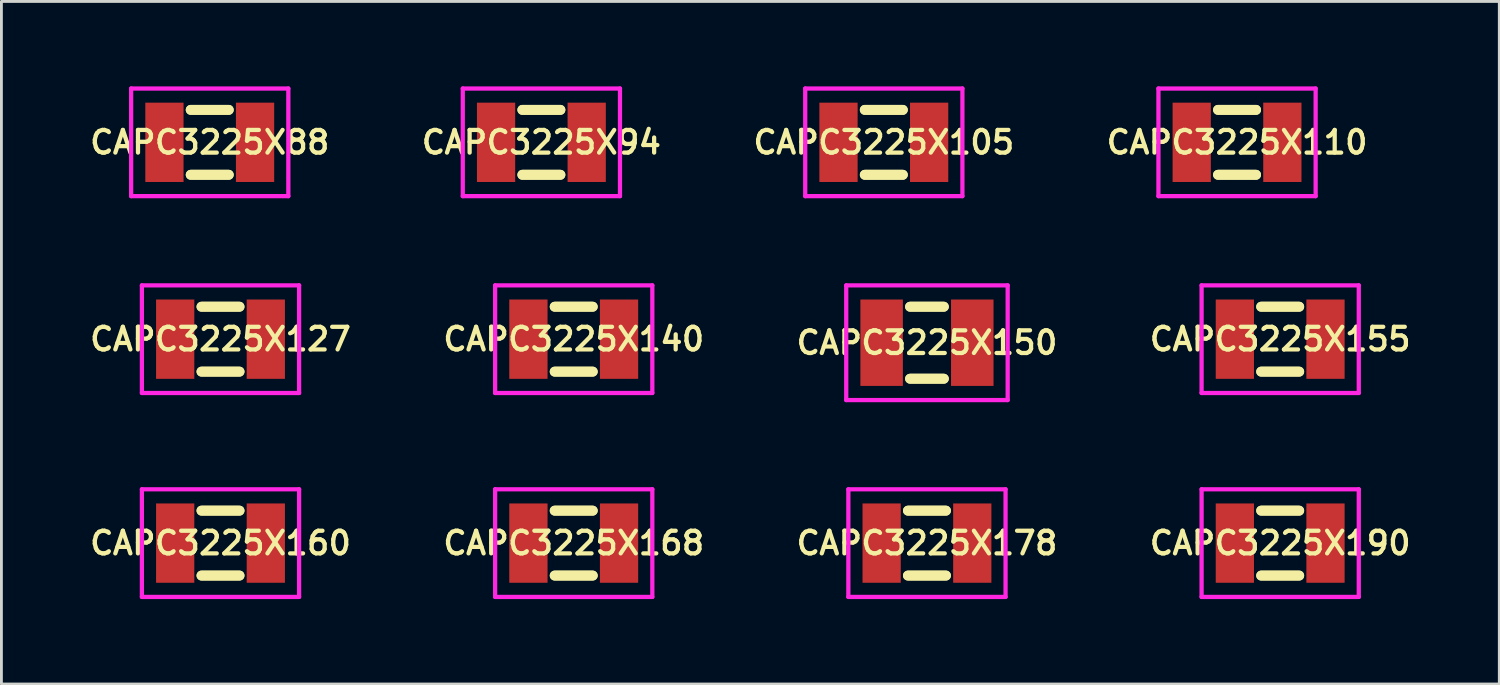
<source format=kicad_pcb>
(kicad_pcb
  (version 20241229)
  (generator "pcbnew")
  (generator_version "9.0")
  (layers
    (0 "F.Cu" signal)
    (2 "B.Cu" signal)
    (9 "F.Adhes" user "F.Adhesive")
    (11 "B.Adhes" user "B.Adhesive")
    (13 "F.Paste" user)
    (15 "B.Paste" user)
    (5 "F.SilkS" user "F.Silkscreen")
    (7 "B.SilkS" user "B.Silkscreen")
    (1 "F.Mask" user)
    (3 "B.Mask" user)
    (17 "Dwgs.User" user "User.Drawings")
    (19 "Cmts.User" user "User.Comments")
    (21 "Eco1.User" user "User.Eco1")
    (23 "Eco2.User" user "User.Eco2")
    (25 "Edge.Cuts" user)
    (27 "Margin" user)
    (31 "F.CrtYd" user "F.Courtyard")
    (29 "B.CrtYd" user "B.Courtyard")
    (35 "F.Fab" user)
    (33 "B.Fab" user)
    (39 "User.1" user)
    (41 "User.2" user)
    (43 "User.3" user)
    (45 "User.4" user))
  (footprint "CAPC3225X127"
    (layer "F.Cu")
    (at 4.735 8.925)
    (property "Reference" "CAPC3225X127" (at 0 0 0) (layer "F.SilkS") (effects (font (size 0.8 0.8) (thickness 0.15))))
    (attr smd)
    (fp_line (start -0.671 -1.146) (end 0.671 -1.146) (stroke (width 0.35) (type solid)) (layer "F.SilkS"))
    (fp_line (start -0.671 1.146) (end 0.671 1.146) (stroke (width 0.35) (type solid)) (layer "F.SilkS"))
    (fp_line (start 0.671 -1.146) (end -0.671 -1.146) (stroke (width 0.35) (type solid)) (layer "F.SilkS"))
    (fp_line (start 0.671 1.146) (end -0.671 1.146) (stroke (width 0.35) (type solid)) (layer "F.SilkS"))
    (fp_line (start -2.775 -1.9) (end 2.775 -1.9) (stroke (width 0.15) (type solid)) (layer "F.CrtYd"))
    (fp_line (start -2.775 1.9) (end -2.775 -1.9) (stroke (width 0.15) (type solid)) (layer "F.CrtYd"))
    (fp_line (start 2.775 -1.9) (end 2.775 1.9) (stroke (width 0.15) (type solid)) (layer "F.CrtYd"))
    (fp_line (start 2.775 1.9) (end -2.775 1.9) (stroke (width 0.15) (type solid)) (layer "F.CrtYd"))
    (pad "1" smd rect (at -1.6 0) (size 1.35 2.8) (layers "F.Cu" "F.Mask" "F.Paste"))
    (pad "2" smd rect (at 1.6 0) (size 1.35 2.8) (layers "F.Cu" "F.Mask" "F.Paste")))
  (footprint "CAPC3225X94"
    (layer "F.Cu")
    (at 16.064 1.975)
    (property "Reference" "CAPC3225X94" (at 0 0 0) (layer "F.SilkS") (effects (font (size 0.8 0.8) (thickness 0.15))))
    (attr smd)
    (fp_line (start -0.671 -1.146) (end 0.671 -1.146) (stroke (width 0.35) (type solid)) (layer "F.SilkS"))
    (fp_line (start -0.671 1.146) (end 0.671 1.146) (stroke (width 0.35) (type solid)) (layer "F.SilkS"))
    (fp_line (start 0.671 -1.146) (end -0.671 -1.146) (stroke (width 0.35) (type solid)) (layer "F.SilkS"))
    (fp_line (start 0.671 1.146) (end -0.671 1.146) (stroke (width 0.35) (type solid)) (layer "F.SilkS"))
    (fp_line (start -2.775 -1.9) (end 2.775 -1.9) (stroke (width 0.15) (type solid)) (layer "F.CrtYd"))
    (fp_line (start -2.775 1.9) (end -2.775 -1.9) (stroke (width 0.15) (type solid)) (layer "F.CrtYd"))
    (fp_line (start 2.775 -1.9) (end 2.775 1.9) (stroke (width 0.15) (type solid)) (layer "F.CrtYd"))
    (fp_line (start 2.775 1.9) (end -2.775 1.9) (stroke (width 0.15) (type solid)) (layer "F.CrtYd"))
    (pad "1" smd rect (at -1.6 0) (size 1.35 2.8) (layers "F.Cu" "F.Mask" "F.Paste"))
    (pad "2" smd rect (at 1.6 0) (size 1.35 2.8) (layers "F.Cu" "F.Mask" "F.Paste")))
  (footprint "CAPC3225X155"
    (layer "F.Cu")
    (at 42.148 8.925)
    (property "Reference" "CAPC3225X155" (at 0 0 0) (layer "F.SilkS") (effects (font (size 0.8 0.8) (thickness 0.15))))
    (attr smd)
    (fp_line (start -0.671 -1.146) (end 0.671 -1.146) (stroke (width 0.35) (type solid)) (layer "F.SilkS"))
    (fp_line (start -0.671 1.146) (end 0.671 1.146) (stroke (width 0.35) (type solid)) (layer "F.SilkS"))
    (fp_line (start 0.671 -1.146) (end -0.671 -1.146) (stroke (width 0.35) (type solid)) (layer "F.SilkS"))
    (fp_line (start 0.671 1.146) (end -0.671 1.146) (stroke (width 0.35) (type solid)) (layer "F.SilkS"))
    (fp_line (start -2.775 -1.9) (end 2.775 -1.9) (stroke (width 0.15) (type solid)) (layer "F.CrtYd"))
    (fp_line (start -2.775 1.9) (end -2.775 -1.9) (stroke (width 0.15) (type solid)) (layer "F.CrtYd"))
    (fp_line (start 2.775 -1.9) (end 2.775 1.9) (stroke (width 0.15) (type solid)) (layer "F.CrtYd"))
    (fp_line (start 2.775 1.9) (end -2.775 1.9) (stroke (width 0.15) (type solid)) (layer "F.CrtYd"))
    (pad "1" smd rect (at -1.6 0) (size 1.35 2.8) (layers "F.Cu" "F.Mask" "F.Paste"))
    (pad "2" smd rect (at 1.6 0) (size 1.35 2.8) (layers "F.Cu" "F.Mask" "F.Paste")))
  (footprint "CAPC3225X105"
    (layer "F.Cu")
    (at 28.154 1.975)
    (property "Reference" "CAPC3225X105" (at 0 0 0) (layer "F.SilkS") (effects (font (size 0.8 0.8) (thickness 0.15))))
    (attr smd)
    (fp_line (start -0.671 -1.146) (end 0.671 -1.146) (stroke (width 0.35) (type solid)) (layer "F.SilkS"))
    (fp_line (start -0.671 1.146) (end 0.671 1.146) (stroke (width 0.35) (type solid)) (layer "F.SilkS"))
    (fp_line (start 0.671 -1.146) (end -0.671 -1.146) (stroke (width 0.35) (type solid)) (layer "F.SilkS"))
    (fp_line (start 0.671 1.146) (end -0.671 1.146) (stroke (width 0.35) (type solid)) (layer "F.SilkS"))
    (fp_line (start -2.775 -1.9) (end 2.775 -1.9) (stroke (width 0.15) (type solid)) (layer "F.CrtYd"))
    (fp_line (start -2.775 1.9) (end -2.775 -1.9) (stroke (width 0.15) (type solid)) (layer "F.CrtYd"))
    (fp_line (start 2.775 -1.9) (end 2.775 1.9) (stroke (width 0.15) (type solid)) (layer "F.CrtYd"))
    (fp_line (start 2.775 1.9) (end -2.775 1.9) (stroke (width 0.15) (type solid)) (layer "F.CrtYd"))
    (pad "1" smd rect (at -1.6 0) (size 1.35 2.8) (layers "F.Cu" "F.Mask" "F.Paste"))
    (pad "2" smd rect (at 1.6 0) (size 1.35 2.8) (layers "F.Cu" "F.Mask" "F.Paste")))
  (footprint "CAPC3225X88"
    (layer "F.Cu")
    (at 4.355 1.975)
    (property "Reference" "CAPC3225X88" (at 0 0 0) (layer "F.SilkS") (effects (font (size 0.8 0.8) (thickness 0.15))))
    (attr smd)
    (fp_line (start -0.671 -1.146) (end 0.671 -1.146) (stroke (width 0.35) (type solid)) (layer "F.SilkS"))
    (fp_line (start -0.671 1.146) (end 0.671 1.146) (stroke (width 0.35) (type solid)) (layer "F.SilkS"))
    (fp_line (start 0.671 -1.146) (end -0.671 -1.146) (stroke (width 0.35) (type solid)) (layer "F.SilkS"))
    (fp_line (start 0.671 1.146) (end -0.671 1.146) (stroke (width 0.35) (type solid)) (layer "F.SilkS"))
    (fp_line (start -2.775 -1.9) (end 2.775 -1.9) (stroke (width 0.15) (type solid)) (layer "F.CrtYd"))
    (fp_line (start -2.775 1.9) (end -2.775 -1.9) (stroke (width 0.15) (type solid)) (layer "F.CrtYd"))
    (fp_line (start 2.775 -1.9) (end 2.775 1.9) (stroke (width 0.15) (type solid)) (layer "F.CrtYd"))
    (fp_line (start 2.775 1.9) (end -2.775 1.9) (stroke (width 0.15) (type solid)) (layer "F.CrtYd"))
    (pad "1" smd rect (at -1.6 0) (size 1.35 2.8) (layers "F.Cu" "F.Mask" "F.Paste"))
    (pad "2" smd rect (at 1.6 0) (size 1.35 2.8) (layers "F.Cu" "F.Mask" "F.Paste")))
  (footprint "CAPC3225X160"
    (layer "F.Cu")
    (at 4.735 16.125)
    (property "Reference" "CAPC3225X160" (at 0 0 0) (layer "F.SilkS") (effects (font (size 0.8 0.8) (thickness 0.15))))
    (attr smd)
    (fp_line (start -0.671 -1.146) (end 0.671 -1.146) (stroke (width 0.35) (type solid)) (layer "F.SilkS"))
    (fp_line (start -0.671 1.146) (end 0.671 1.146) (stroke (width 0.35) (type solid)) (layer "F.SilkS"))
    (fp_line (start 0.671 -1.146) (end -0.671 -1.146) (stroke (width 0.35) (type solid)) (layer "F.SilkS"))
    (fp_line (start 0.671 1.146) (end -0.671 1.146) (stroke (width 0.35) (type solid)) (layer "F.SilkS"))
    (fp_line (start -2.775 -1.9) (end 2.775 -1.9) (stroke (width 0.15) (type solid)) (layer "F.CrtYd"))
    (fp_line (start -2.775 1.9) (end -2.775 -1.9) (stroke (width 0.15) (type solid)) (layer "F.CrtYd"))
    (fp_line (start 2.775 -1.9) (end 2.775 1.9) (stroke (width 0.15) (type solid)) (layer "F.CrtYd"))
    (fp_line (start 2.775 1.9) (end -2.775 1.9) (stroke (width 0.15) (type solid)) (layer "F.CrtYd"))
    (pad "1" smd rect (at -1.6 0) (size 1.35 2.8) (layers "F.Cu" "F.Mask" "F.Paste"))
    (pad "2" smd rect (at 1.6 0) (size 1.35 2.8) (layers "F.Cu" "F.Mask" "F.Paste")))
  (footprint "CAPC3225X150"
    (layer "F.Cu")
    (at 29.677 9.05)
    (property "Reference" "CAPC3225X150" (at 0 0 0) (layer "F.SilkS") (effects (font (size 0.8 0.8) (thickness 0.15))))
    (attr smd)
    (fp_line (start -0.596 -1.271) (end 0.596 -1.271) (stroke (width 0.35) (type solid)) (layer "F.SilkS"))
    (fp_line (start -0.596 1.271) (end 0.596 1.271) (stroke (width 0.35) (type solid)) (layer "F.SilkS"))
    (fp_line (start 0.596 -1.271) (end -0.596 -1.271) (stroke (width 0.35) (type solid)) (layer "F.SilkS"))
    (fp_line (start 0.596 1.271) (end -0.596 1.271) (stroke (width 0.35) (type solid)) (layer "F.SilkS"))
    (fp_line (start -2.85 -2.025) (end 2.85 -2.025) (stroke (width 0.15) (type solid)) (layer "F.CrtYd"))
    (fp_line (start -2.85 2.025) (end -2.85 -2.025) (stroke (width 0.15) (type solid)) (layer "F.CrtYd"))
    (fp_line (start 2.85 -2.025) (end 2.85 2.025) (stroke (width 0.15) (type solid)) (layer "F.CrtYd"))
    (fp_line (start 2.85 2.025) (end -2.85 2.025) (stroke (width 0.15) (type solid)) (layer "F.CrtYd"))
    (pad "1" smd rect (at -1.6 0) (size 1.5 3.05) (layers "F.Cu" "F.Mask" "F.Paste"))
    (pad "2" smd rect (at 1.6 0) (size 1.5 3.05) (layers "F.Cu" "F.Mask" "F.Paste")))
  (footprint "CAPC3225X140"
    (layer "F.Cu")
    (at 17.206 8.925)
    (property "Reference" "CAPC3225X140" (at 0 0 0) (layer "F.SilkS") (effects (font (size 0.8 0.8) (thickness 0.15))))
    (attr smd)
    (fp_line (start -0.671 -1.146) (end 0.671 -1.146) (stroke (width 0.35) (type solid)) (layer "F.SilkS"))
    (fp_line (start -0.671 1.146) (end 0.671 1.146) (stroke (width 0.35) (type solid)) (layer "F.SilkS"))
    (fp_line (start 0.671 -1.146) (end -0.671 -1.146) (stroke (width 0.35) (type solid)) (layer "F.SilkS"))
    (fp_line (start 0.671 1.146) (end -0.671 1.146) (stroke (width 0.35) (type solid)) (layer "F.SilkS"))
    (fp_line (start -2.775 -1.9) (end 2.775 -1.9) (stroke (width 0.15) (type solid)) (layer "F.CrtYd"))
    (fp_line (start -2.775 1.9) (end -2.775 -1.9) (stroke (width 0.15) (type solid)) (layer "F.CrtYd"))
    (fp_line (start 2.775 -1.9) (end 2.775 1.9) (stroke (width 0.15) (type solid)) (layer "F.CrtYd"))
    (fp_line (start 2.775 1.9) (end -2.775 1.9) (stroke (width 0.15) (type solid)) (layer "F.CrtYd"))
    (pad "1" smd rect (at -1.6 0) (size 1.35 2.8) (layers "F.Cu" "F.Mask" "F.Paste"))
    (pad "2" smd rect (at 1.6 0) (size 1.35 2.8) (layers "F.Cu" "F.Mask" "F.Paste")))
  (footprint "CAPC3225X178"
    (layer "F.Cu")
    (at 29.677 16.125)
    (property "Reference" "CAPC3225X178" (at 0 0 0) (layer "F.SilkS") (effects (font (size 0.8 0.8) (thickness 0.15))))
    (attr smd)
    (fp_line (start -0.671 -1.146) (end 0.671 -1.146) (stroke (width 0.35) (type solid)) (layer "F.SilkS"))
    (fp_line (start -0.671 1.146) (end 0.671 1.146) (stroke (width 0.35) (type solid)) (layer "F.SilkS"))
    (fp_line (start 0.671 -1.146) (end -0.671 -1.146) (stroke (width 0.35) (type solid)) (layer "F.SilkS"))
    (fp_line (start 0.671 1.146) (end -0.671 1.146) (stroke (width 0.35) (type solid)) (layer "F.SilkS"))
    (fp_line (start -2.775 -1.9) (end 2.775 -1.9) (stroke (width 0.15) (type solid)) (layer "F.CrtYd"))
    (fp_line (start -2.775 1.9) (end -2.775 -1.9) (stroke (width 0.15) (type solid)) (layer "F.CrtYd"))
    (fp_line (start 2.775 -1.9) (end 2.775 1.9) (stroke (width 0.15) (type solid)) (layer "F.CrtYd"))
    (fp_line (start 2.775 1.9) (end -2.775 1.9) (stroke (width 0.15) (type solid)) (layer "F.CrtYd"))
    (pad "1" smd rect (at -1.6 0) (size 1.35 2.8) (layers "F.Cu" "F.Mask" "F.Paste"))
    (pad "2" smd rect (at 1.6 0) (size 1.35 2.8) (layers "F.Cu" "F.Mask" "F.Paste")))
  (footprint "CAPC3225X190"
    (layer "F.Cu")
    (at 42.148 16.125)
    (property "Reference" "CAPC3225X190" (at 0 0 0) (layer "F.SilkS") (effects (font (size 0.8 0.8) (thickness 0.15))))
    (attr smd)
    (fp_line (start -0.671 -1.146) (end 0.671 -1.146) (stroke (width 0.35) (type solid)) (layer "F.SilkS"))
    (fp_line (start -0.671 1.146) (end 0.671 1.146) (stroke (width 0.35) (type solid)) (layer "F.SilkS"))
    (fp_line (start 0.671 -1.146) (end -0.671 -1.146) (stroke (width 0.35) (type solid)) (layer "F.SilkS"))
    (fp_line (start 0.671 1.146) (end -0.671 1.146) (stroke (width 0.35) (type solid)) (layer "F.SilkS"))
    (fp_line (start -2.775 -1.9) (end 2.775 -1.9) (stroke (width 0.15) (type solid)) (layer "F.CrtYd"))
    (fp_line (start -2.775 1.9) (end -2.775 -1.9) (stroke (width 0.15) (type solid)) (layer "F.CrtYd"))
    (fp_line (start 2.775 -1.9) (end 2.775 1.9) (stroke (width 0.15) (type solid)) (layer "F.CrtYd"))
    (fp_line (start 2.775 1.9) (end -2.775 1.9) (stroke (width 0.15) (type solid)) (layer "F.CrtYd"))
    (pad "1" smd rect (at -1.6 0) (size 1.35 2.8) (layers "F.Cu" "F.Mask" "F.Paste"))
    (pad "2" smd rect (at 1.6 0) (size 1.35 2.8) (layers "F.Cu" "F.Mask" "F.Paste")))
  (footprint "CAPC3225X168"
    (layer "F.Cu")
    (at 17.206 16.125)
    (property "Reference" "CAPC3225X168" (at 0 0 0) (layer "F.SilkS") (effects (font (size 0.8 0.8) (thickness 0.15))))
    (attr smd)
    (fp_line (start -0.671 -1.146) (end 0.671 -1.146) (stroke (width 0.35) (type solid)) (layer "F.SilkS"))
    (fp_line (start -0.671 1.146) (end 0.671 1.146) (stroke (width 0.35) (type solid)) (layer "F.SilkS"))
    (fp_line (start 0.671 -1.146) (end -0.671 -1.146) (stroke (width 0.35) (type solid)) (layer "F.SilkS"))
    (fp_line (start 0.671 1.146) (end -0.671 1.146) (stroke (width 0.35) (type solid)) (layer "F.SilkS"))
    (fp_line (start -2.775 -1.9) (end 2.775 -1.9) (stroke (width 0.15) (type solid)) (layer "F.CrtYd"))
    (fp_line (start -2.775 1.9) (end -2.775 -1.9) (stroke (width 0.15) (type solid)) (layer "F.CrtYd"))
    (fp_line (start 2.775 -1.9) (end 2.775 1.9) (stroke (width 0.15) (type solid)) (layer "F.CrtYd"))
    (fp_line (start 2.775 1.9) (end -2.775 1.9) (stroke (width 0.15) (type solid)) (layer "F.CrtYd"))
    (pad "1" smd rect (at -1.6 0) (size 1.35 2.8) (layers "F.Cu" "F.Mask" "F.Paste"))
    (pad "2" smd rect (at 1.6 0) (size 1.35 2.8) (layers "F.Cu" "F.Mask" "F.Paste")))
  (footprint "CAPC3225X110"
    (layer "F.Cu")
    (at 40.625 1.975)
    (property "Reference" "CAPC3225X110" (at 0 0 0) (layer "F.SilkS") (effects (font (size 0.8 0.8) (thickness 0.15))))
    (attr smd)
    (fp_line (start -0.671 -1.146) (end 0.671 -1.146) (stroke (width 0.35) (type solid)) (layer "F.SilkS"))
    (fp_line (start -0.671 1.146) (end 0.671 1.146) (stroke (width 0.35) (type solid)) (layer "F.SilkS"))
    (fp_line (start 0.671 -1.146) (end -0.671 -1.146) (stroke (width 0.35) (type solid)) (layer "F.SilkS"))
    (fp_line (start 0.671 1.146) (end -0.671 1.146) (stroke (width 0.35) (type solid)) (layer "F.SilkS"))
    (fp_line (start -2.775 -1.9) (end 2.775 -1.9) (stroke (width 0.15) (type solid)) (layer "F.CrtYd"))
    (fp_line (start -2.775 1.9) (end -2.775 -1.9) (stroke (width 0.15) (type solid)) (layer "F.CrtYd"))
    (fp_line (start 2.775 -1.9) (end 2.775 1.9) (stroke (width 0.15) (type solid)) (layer "F.CrtYd"))
    (fp_line (start 2.775 1.9) (end -2.775 1.9) (stroke (width 0.15) (type solid)) (layer "F.CrtYd"))
    (pad "1" smd rect (at -1.6 0) (size 1.35 2.8) (layers "F.Cu" "F.Mask" "F.Paste"))
    (pad "2" smd rect (at 1.6 0) (size 1.35 2.8) (layers "F.Cu" "F.Mask" "F.Paste")))
  (gr_rect
    (start -3 -3)
    (end 49.884 21.1)
    (stroke (width 0.1) (type default))
    (fill no)
    (layer "Edge.Cuts")))
</source>
